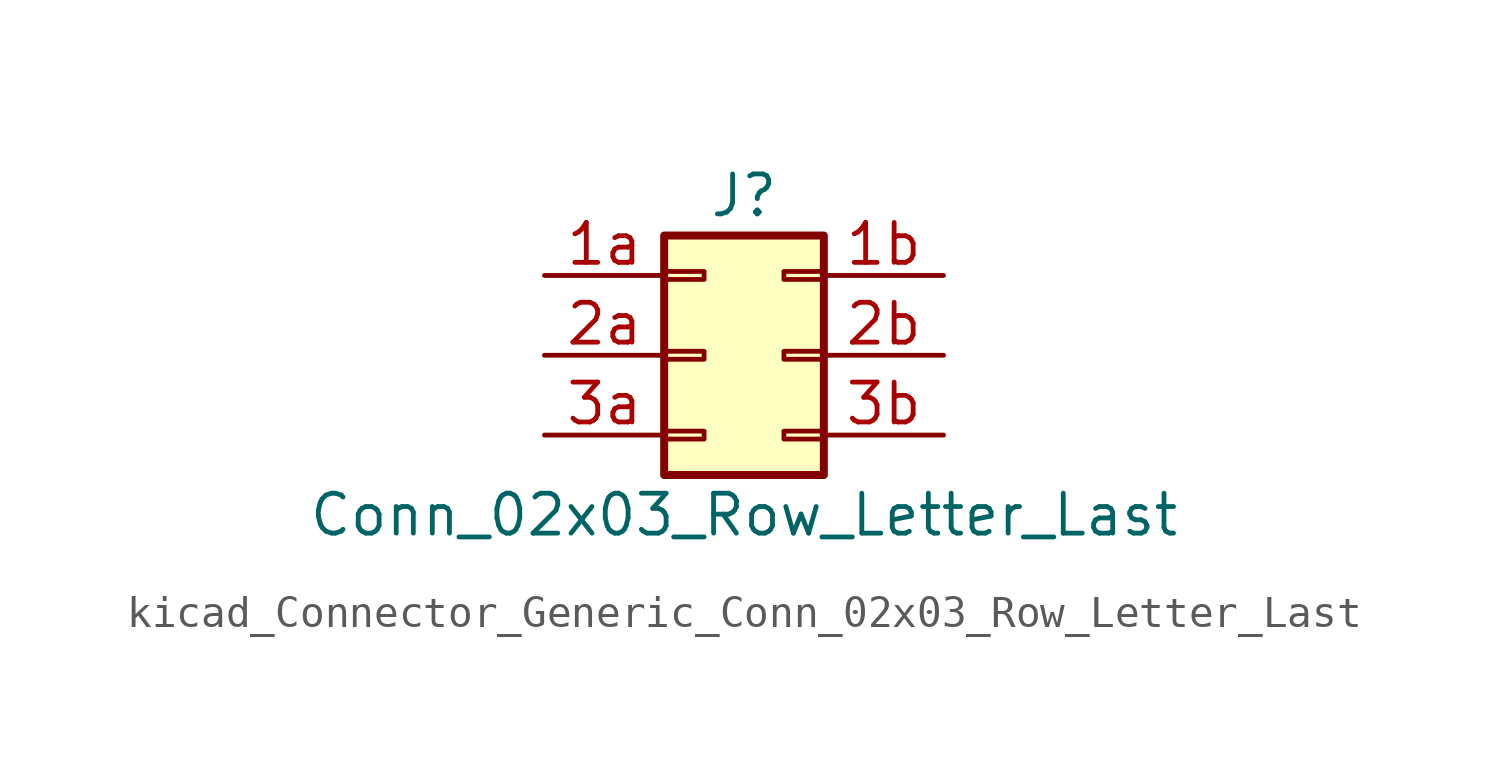
<source format=kicad_sym>
(kicad_symbol_lib
  (version 20220914)
  (generator kicad_symbol_editor)
  (symbol "kicad_Connector_Generic_Conn_02x03_Row_Letter_Last"
    (pin_names
      (offset 1.016) hide)
    (property "Reference" "J"
      (at 1.27 5.08 0)
      (effects (font (size 1.27 1.27))))
    (property "Value" "Conn_02x03_Row_Letter_Last"
      (at 1.27 -5.08 0)
      (effects (font (size 1.27 1.27))))
    (symbol "kicad_Connector_Generic_Conn_02x03_Row_Letter_Last_1_1"
      (rectangle (start -1.27 -2.413) (end 0 -2.667) (stroke (width 0.152) (type default)) (fill (type none)))
      (rectangle (start -1.27 0.127) (end 0 -0.127) (stroke (width 0.152) (type default)) (fill (type none)))
      (rectangle (start -1.27 2.667) (end 0 2.413) (stroke (width 0.152) (type default)) (fill (type none)))
      (rectangle (start -1.27 3.81) (end 3.81 -3.81) (stroke (width 0.254) (type default)) (fill (type background)))
      (rectangle (start 3.81 -2.413) (end 2.54 -2.667) (stroke (width 0.152) (type default)) (fill (type none)))
      (rectangle (start 3.81 0.127) (end 2.54 -0.127) (stroke (width 0.152) (type default)) (fill (type none)))
      (rectangle (start 3.81 2.667) (end 2.54 2.413) (stroke (width 0.152) (type default)) (fill (type none)))
      (pin passive line (at -5.08 2.54 0) (length 3.81) (name "Pin_1a" (effects (font (size 1.27 1.27)))) (number "1a" (effects (font (size 1.27 1.27)))))
      (pin passive line (at 7.62 2.54 180) (length 3.81) (name "Pin_1b" (effects (font (size 1.27 1.27)))) (number "1b" (effects (font (size 1.27 1.27)))))
      (pin passive line (at -5.08 0 0) (length 3.81) (name "Pin_2a" (effects (font (size 1.27 1.27)))) (number "2a" (effects (font (size 1.27 1.27)))))
      (pin passive line (at 7.62 0 180) (length 3.81) (name "Pin_2b" (effects (font (size 1.27 1.27)))) (number "2b" (effects (font (size 1.27 1.27)))))
      (pin passive line (at -5.08 -2.54 0) (length 3.81) (name "Pin_3a" (effects (font (size 1.27 1.27)))) (number "3a" (effects (font (size 1.27 1.27)))))
      (pin passive line (at 7.62 -2.54 180) (length 3.81) (name "Pin_3b" (effects (font (size 1.27 1.27)))) (number "3b" (effects (font (size 1.27 1.27))))))))
</source>
